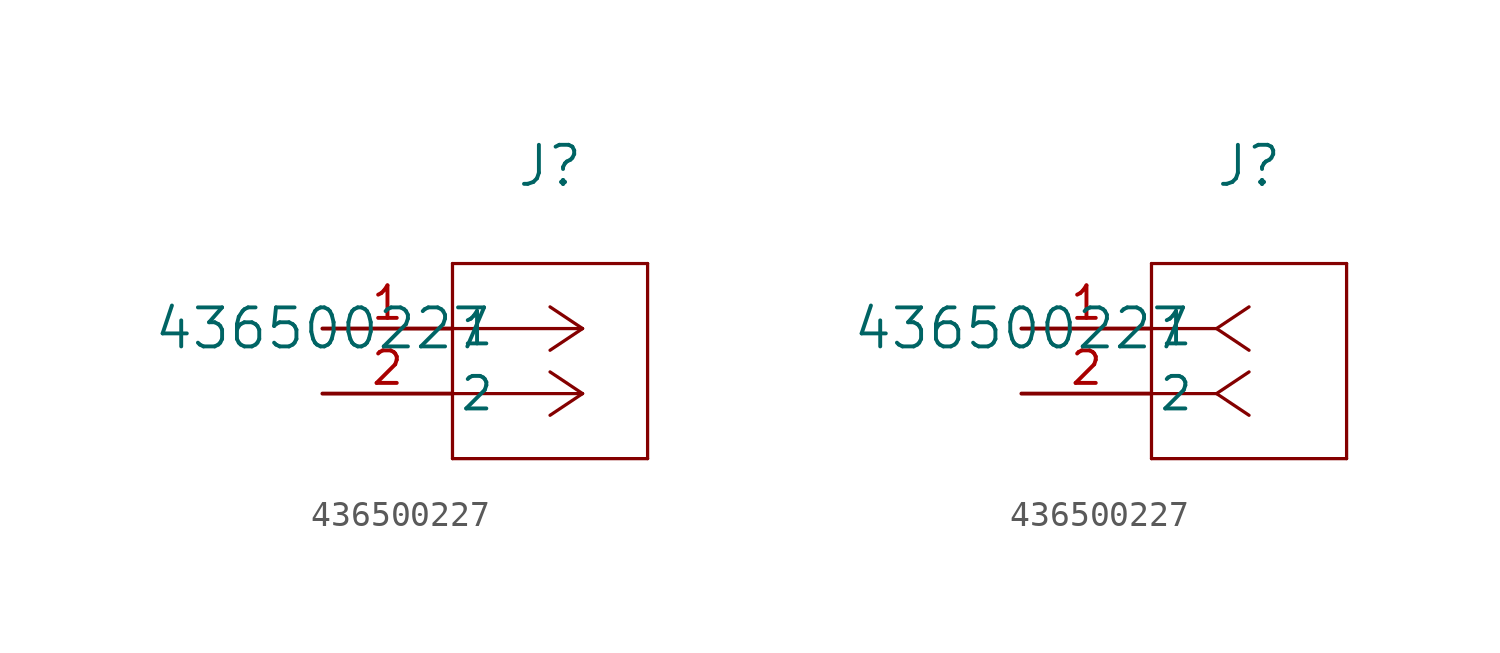
<source format=kicad_sym>
(kicad_symbol_lib
  (version 20211014)
  (generator kicad_symbol_editor)
  (symbol "436500227"
    (pin_names
      (offset 0.254))
    (property "Reference" "J"
      (at 8.89 6.35 0)
      (effects (font (size 1.524 1.524))))
    (property "Value" "436500227"
      (at 0 0 0)
      (effects (font (size 1.524 1.524))))
    (symbol "436500227_1_1"
      (polyline (pts (xy 10.16 0) (xy 5.08 0)) (stroke (width 0.127) (type default) (color 0 0 0 0)) (fill (type none)))
      (polyline (pts (xy 10.16 -2.54) (xy 5.08 -2.54)) (stroke (width 0.127) (type default) (color 0 0 0 0)) (fill (type none)))
      (polyline (pts (xy 10.16 0) (xy 8.89 0.847)) (stroke (width 0.127) (type default) (color 0 0 0 0)) (fill (type none)))
      (polyline (pts (xy 10.16 -2.54) (xy 8.89 -1.693)) (stroke (width 0.127) (type default) (color 0 0 0 0)) (fill (type none)))
      (polyline (pts (xy 10.16 0) (xy 8.89 -0.847)) (stroke (width 0.127) (type default) (color 0 0 0 0)) (fill (type none)))
      (polyline (pts (xy 10.16 -2.54) (xy 8.89 -3.387)) (stroke (width 0.127) (type default) (color 0 0 0 0)) (fill (type none)))
      (polyline (pts (xy 5.08 2.54) (xy 5.08 -5.08)) (stroke (width 0.127) (type default) (color 0 0 0 0)) (fill (type none)))
      (polyline (pts (xy 5.08 -5.08) (xy 12.7 -5.08)) (stroke (width 0.127) (type default) (color 0 0 0 0)) (fill (type none)))
      (polyline (pts (xy 12.7 -5.08) (xy 12.7 2.54)) (stroke (width 0.127) (type default) (color 0 0 0 0)) (fill (type none)))
      (polyline (pts (xy 12.7 2.54) (xy 5.08 2.54)) (stroke (width 0.127) (type default) (color 0 0 0 0)) (fill (type none)))
      (pin unspecified line (at 0 0 0) (length 5.08) (name "1" (effects (font (size 1.27 1.27)))) (number "1" (effects (font (size 1.27 1.27)))))
      (pin unspecified line (at 0 -2.54 0) (length 5.08) (name "2" (effects (font (size 1.27 1.27)))) (number "2" (effects (font (size 1.27 1.27))))))
    (symbol "436500227_1_2"
      (polyline (pts (xy 7.62 0) (xy 5.08 0)) (stroke (width 0.127) (type default) (color 0 0 0 0)) (fill (type none)))
      (polyline (pts (xy 7.62 -2.54) (xy 5.08 -2.54)) (stroke (width 0.127) (type default) (color 0 0 0 0)) (fill (type none)))
      (polyline (pts (xy 7.62 0) (xy 8.89 0.847)) (stroke (width 0.127) (type default) (color 0 0 0 0)) (fill (type none)))
      (polyline (pts (xy 7.62 -2.54) (xy 8.89 -1.693)) (stroke (width 0.127) (type default) (color 0 0 0 0)) (fill (type none)))
      (polyline (pts (xy 7.62 0) (xy 8.89 -0.847)) (stroke (width 0.127) (type default) (color 0 0 0 0)) (fill (type none)))
      (polyline (pts (xy 7.62 -2.54) (xy 8.89 -3.387)) (stroke (width 0.127) (type default) (color 0 0 0 0)) (fill (type none)))
      (polyline (pts (xy 5.08 2.54) (xy 5.08 -5.08)) (stroke (width 0.127) (type default) (color 0 0 0 0)) (fill (type none)))
      (polyline (pts (xy 5.08 -5.08) (xy 12.7 -5.08)) (stroke (width 0.127) (type default) (color 0 0 0 0)) (fill (type none)))
      (polyline (pts (xy 12.7 -5.08) (xy 12.7 2.54)) (stroke (width 0.127) (type default) (color 0 0 0 0)) (fill (type none)))
      (polyline (pts (xy 12.7 2.54) (xy 5.08 2.54)) (stroke (width 0.127) (type default) (color 0 0 0 0)) (fill (type none)))
      (pin unspecified line (at 0 0 0) (length 5.08) (name "1" (effects (font (size 1.27 1.27)))) (number "1" (effects (font (size 1.27 1.27)))))
      (pin unspecified line (at 0 -2.54 0) (length 5.08) (name "2" (effects (font (size 1.27 1.27)))) (number "2" (effects (font (size 1.27 1.27))))))))
</source>
